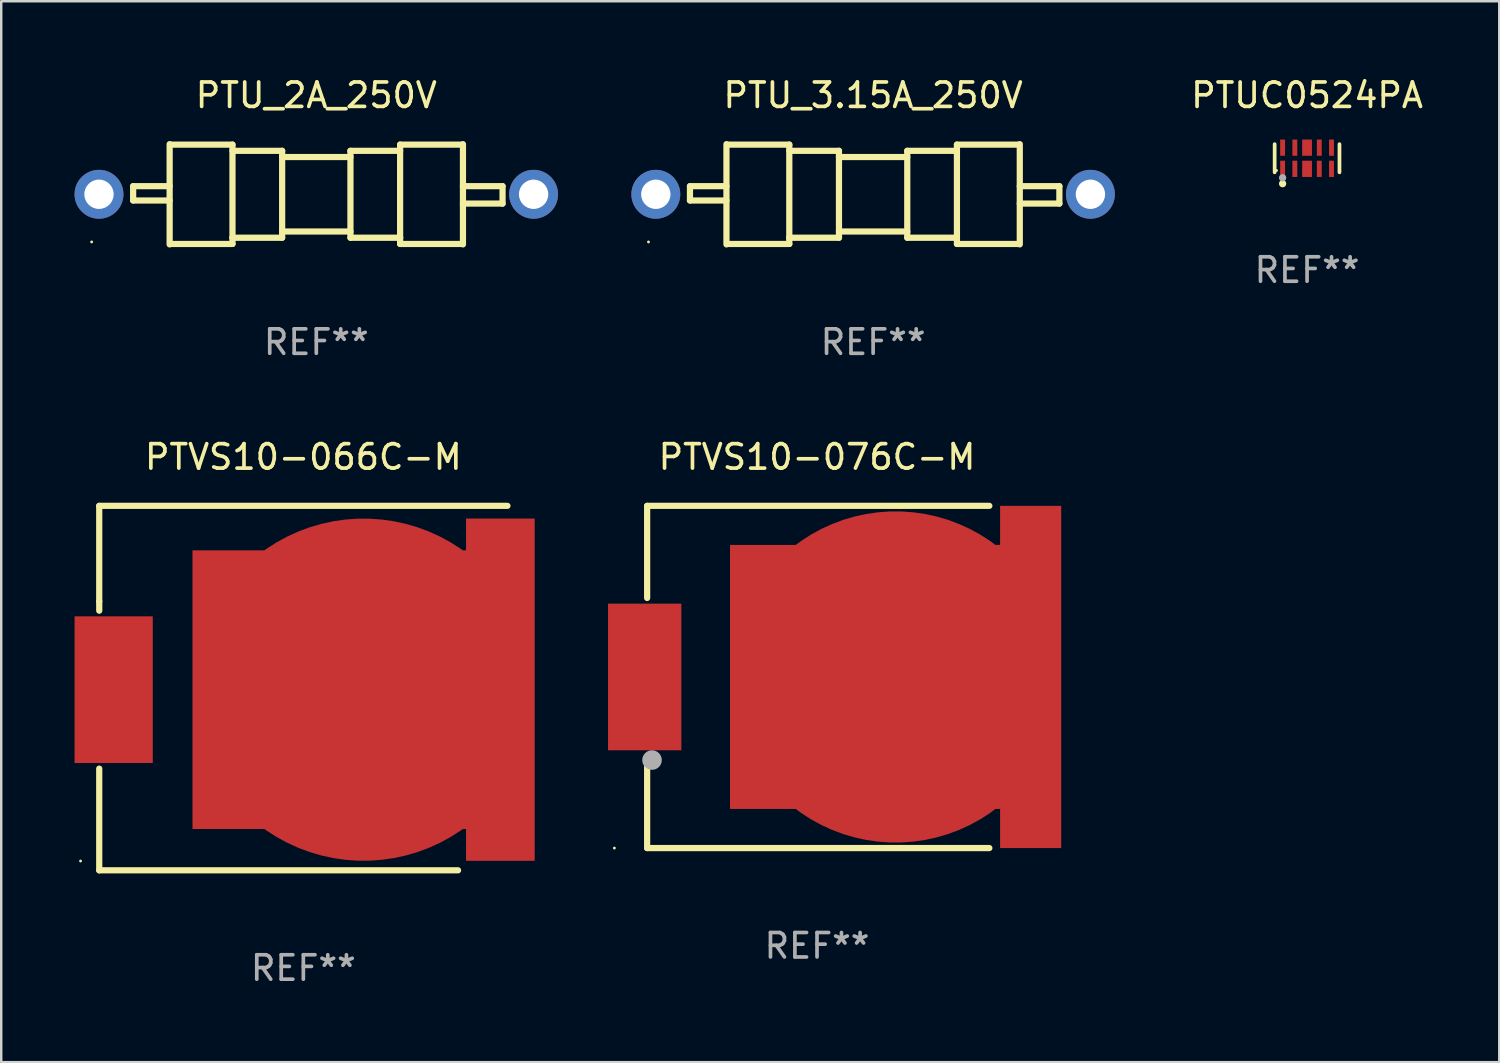
<source format=kicad_pcb>
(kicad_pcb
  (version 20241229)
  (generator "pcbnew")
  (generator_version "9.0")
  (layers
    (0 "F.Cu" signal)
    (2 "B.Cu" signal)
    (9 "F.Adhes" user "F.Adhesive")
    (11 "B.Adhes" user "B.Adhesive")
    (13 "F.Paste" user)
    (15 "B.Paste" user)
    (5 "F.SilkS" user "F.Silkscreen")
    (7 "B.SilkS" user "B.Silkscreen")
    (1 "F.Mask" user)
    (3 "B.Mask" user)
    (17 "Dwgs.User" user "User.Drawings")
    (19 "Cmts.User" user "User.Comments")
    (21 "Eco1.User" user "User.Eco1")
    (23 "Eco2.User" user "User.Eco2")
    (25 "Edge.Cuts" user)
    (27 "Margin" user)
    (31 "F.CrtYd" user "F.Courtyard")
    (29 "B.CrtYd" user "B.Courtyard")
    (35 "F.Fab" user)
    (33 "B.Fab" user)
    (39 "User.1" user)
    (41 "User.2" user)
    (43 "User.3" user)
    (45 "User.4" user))
  (footprint "PTU_3.15A_250V"
    (layer "F.Cu")
    (at 32.67 4.898)
    (property "Reference" "PTU_3.15A_250V" (at 0 -4.05 0) (layer "F.SilkS") (effects (font (size 1 1) (thickness 0.15))))
    (attr through_hole)
    (fp_line (start -7.493 -0.331) (end -7.493 0.254) (stroke (width 0.254) (type solid)) (layer "F.SilkS"))
    (fp_line (start -7.493 0.254) (end -6 0.254) (stroke (width 0.254) (type solid)) (layer "F.SilkS"))
    (fp_line (start -6 -0.331) (end -7.493 -0.331) (stroke (width 0.254) (type solid)) (layer "F.SilkS"))
    (fp_line (start -6 2.05) (end -6 -2.05) (stroke (width 0.254) (type solid)) (layer "F.SilkS"))
    (fp_line (start -5.969 -2.032) (end -3.429 -2.032) (stroke (width 0.254) (type solid)) (layer "F.SilkS"))
    (fp_line (start -3.429 -2.032) (end -3.429 2.032) (stroke (width 0.254) (type solid)) (layer "F.SilkS"))
    (fp_line (start -3.429 -1.778) (end -1.397 -1.778) (stroke (width 0.254) (type solid)) (layer "F.SilkS"))
    (fp_line (start -3.429 1.778) (end -3.429 1.778) (stroke (width 0.254) (type solid)) (layer "F.SilkS"))
    (fp_line (start -3.429 2.032) (end -5.969 2.032) (stroke (width 0.254) (type solid)) (layer "F.SilkS"))
    (fp_line (start -1.397 -1.778) (end -1.397 1.778) (stroke (width 0.254) (type solid)) (layer "F.SilkS"))
    (fp_line (start -1.397 -1.524) (end 1.397 -1.524) (stroke (width 0.254) (type solid)) (layer "F.SilkS"))
    (fp_line (start -1.397 1.524) (end 1.397 1.524) (stroke (width 0.254) (type solid)) (layer "F.SilkS"))
    (fp_line (start -1.397 1.778) (end -3.429 1.778) (stroke (width 0.254) (type solid)) (layer "F.SilkS"))
    (fp_line (start 1.397 -1.778) (end 1.397 1.778) (stroke (width 0.254) (type solid)) (layer "F.SilkS"))
    (fp_line (start 1.397 1.778) (end 3.429 1.778) (stroke (width 0.254) (type solid)) (layer "F.SilkS"))
    (fp_line (start 3.429 -2.032) (end 3.429 2.032) (stroke (width 0.254) (type solid)) (layer "F.SilkS"))
    (fp_line (start 3.429 -1.778) (end 1.397 -1.778) (stroke (width 0.254) (type solid)) (layer "F.SilkS"))
    (fp_line (start 3.429 1.778) (end 3.429 1.778) (stroke (width 0.254) (type solid)) (layer "F.SilkS"))
    (fp_line (start 3.429 2.032) (end 5.969 2.032) (stroke (width 0.254) (type solid)) (layer "F.SilkS"))
    (fp_line (start 5.969 -2.032) (end 3.429 -2.032) (stroke (width 0.254) (type solid)) (layer "F.SilkS"))
    (fp_line (start 6 -2.05) (end 6 2.05) (stroke (width 0.254) (type solid)) (layer "F.SilkS"))
    (fp_line (start 6 -0.331) (end 7.62 -0.331) (stroke (width 0.254) (type solid)) (layer "F.SilkS"))
    (fp_line (start 7.62 -0.331) (end 7.62 0.381) (stroke (width 0.254) (type solid)) (layer "F.SilkS"))
    (fp_line (start 7.62 0.381) (end 6 0.381) (stroke (width 0.254) (type solid)) (layer "F.SilkS"))
    (fp_circle (center -9.19 1.95) (end -9.16 1.95) (stroke (width 0.06) (type solid)) (fill no) (layer "F.SilkS"))
    (fp_text user "REF**" (at 0 6.05 0) (layer "F.Fab") (effects (font (size 1 1) (thickness 0.15))))
    (pad "1" thru_hole circle (at -8.89 0) (size 2 2) (drill 1.2) (layers "*.Cu" "*.Mask"))
    (pad "2" thru_hole circle (at 8.89 0) (size 2 2) (drill 1.2) (layers "*.Cu" "*.Mask")))
  (footprint "PTU_2A_250V"
    (layer "F.Cu")
    (at 9.89 4.898)
    (property "Reference" "PTU_2A_250V" (at 0 -4.05 0) (layer "F.SilkS") (effects (font (size 1 1) (thickness 0.15))))
    (attr through_hole)
    (fp_line (start -7.493 -0.331) (end -7.493 0.254) (stroke (width 0.254) (type solid)) (layer "F.SilkS"))
    (fp_line (start -7.493 0.254) (end -6 0.254) (stroke (width 0.254) (type solid)) (layer "F.SilkS"))
    (fp_line (start -6 -0.331) (end -7.493 -0.331) (stroke (width 0.254) (type solid)) (layer "F.SilkS"))
    (fp_line (start -6 2.05) (end -6 -2.05) (stroke (width 0.254) (type solid)) (layer "F.SilkS"))
    (fp_line (start -5.969 -2.032) (end -3.429 -2.032) (stroke (width 0.254) (type solid)) (layer "F.SilkS"))
    (fp_line (start -3.429 -2.032) (end -3.429 2.032) (stroke (width 0.254) (type solid)) (layer "F.SilkS"))
    (fp_line (start -3.429 -1.778) (end -1.397 -1.778) (stroke (width 0.254) (type solid)) (layer "F.SilkS"))
    (fp_line (start -3.429 1.778) (end -3.429 1.778) (stroke (width 0.254) (type solid)) (layer "F.SilkS"))
    (fp_line (start -3.429 2.032) (end -5.969 2.032) (stroke (width 0.254) (type solid)) (layer "F.SilkS"))
    (fp_line (start -1.397 -1.778) (end -1.397 1.778) (stroke (width 0.254) (type solid)) (layer "F.SilkS"))
    (fp_line (start -1.397 -1.524) (end 1.397 -1.524) (stroke (width 0.254) (type solid)) (layer "F.SilkS"))
    (fp_line (start -1.397 1.524) (end 1.397 1.524) (stroke (width 0.254) (type solid)) (layer "F.SilkS"))
    (fp_line (start -1.397 1.778) (end -3.429 1.778) (stroke (width 0.254) (type solid)) (layer "F.SilkS"))
    (fp_line (start 1.397 -1.778) (end 1.397 1.778) (stroke (width 0.254) (type solid)) (layer "F.SilkS"))
    (fp_line (start 1.397 1.778) (end 3.429 1.778) (stroke (width 0.254) (type solid)) (layer "F.SilkS"))
    (fp_line (start 3.429 -2.032) (end 3.429 2.032) (stroke (width 0.254) (type solid)) (layer "F.SilkS"))
    (fp_line (start 3.429 -1.778) (end 1.397 -1.778) (stroke (width 0.254) (type solid)) (layer "F.SilkS"))
    (fp_line (start 3.429 1.778) (end 3.429 1.778) (stroke (width 0.254) (type solid)) (layer "F.SilkS"))
    (fp_line (start 3.429 2.032) (end 5.969 2.032) (stroke (width 0.254) (type solid)) (layer "F.SilkS"))
    (fp_line (start 5.969 -2.032) (end 3.429 -2.032) (stroke (width 0.254) (type solid)) (layer "F.SilkS"))
    (fp_line (start 6 -2.05) (end 6 2.05) (stroke (width 0.254) (type solid)) (layer "F.SilkS"))
    (fp_line (start 6 -0.331) (end 7.62 -0.331) (stroke (width 0.254) (type solid)) (layer "F.SilkS"))
    (fp_line (start 7.62 -0.331) (end 7.62 0.381) (stroke (width 0.254) (type solid)) (layer "F.SilkS"))
    (fp_line (start 7.62 0.381) (end 6 0.381) (stroke (width 0.254) (type solid)) (layer "F.SilkS"))
    (fp_circle (center -9.19 1.95) (end -9.16 1.95) (stroke (width 0.06) (type solid)) (fill no) (layer "F.SilkS"))
    (fp_text user "REF**" (at 0 6.05 0) (layer "F.Fab") (effects (font (size 1 1) (thickness 0.15))))
    (pad "1" thru_hole circle (at -8.89 0) (size 2 2) (drill 1.2) (layers "*.Cu" "*.Mask"))
    (pad "2" thru_hole circle (at 8.89 0) (size 2 2) (drill 1.2) (layers "*.Cu" "*.Mask")))
  (footprint "PTVS10-066C-M"
    (layer "F.Cu")
    (at 9.36 25.1)
    (property "Reference" "PTVS10-066C-M" (at 0 -9.455 0) (layer "F.SilkS") (effects (font (size 1 1) (thickness 0.15))))
    (attr through_hole)
    (fp_line (start -8.35 -7.455) (end 8.35 -7.455) (stroke (width 0.254) (type solid)) (layer "F.SilkS"))
    (fp_line (start -8.35 -3.545) (end -8.35 -7.455) (stroke (width 0.254) (type solid)) (layer "F.SilkS"))
    (fp_line (start -8.35 -3.545) (end -8.35 -3.166) (stroke (width 0.254) (type solid)) (layer "F.SilkS"))
    (fp_line (start -8.35 3.296) (end -8.35 7.455) (stroke (width 0.254) (type solid)) (layer "F.SilkS"))
    (fp_line (start -8.35 7.455) (end 6.33 7.455) (stroke (width 0.254) (type solid)) (layer "F.SilkS"))
    (fp_circle (center -9.115 7.075) (end -9.085 7.075) (stroke (width 0.06) (type solid)) (fill no) (layer "F.SilkS"))
    (fp_text user "REF**" (at 0 11.455 0) (layer "F.Fab") (effects (font (size 1 1) (thickness 0.15))))
    (pad "1" smd rect (at -7.76 0.065) (size 3.2 6) (layers "F.Cu" "F.Mask" "F.Paste"))
    (pad "2" smd custom (at 2.465 0.065) (size 14 13.72) (layers "F.Cu" "F.Mask" "F.Paste") (options (anchor circle)) (primitives (gr_poly (pts (xy -7 -5.7) (xy 4.19 -5.7) (xy 4.19 -7) (xy 7 -7) (xy 7 7) (xy 4.19 7) (xy 4.19 5.7) (xy -7 5.7)) (width 0) (fill yes)))))
  (footprint "PTVS10-076C-M"
    (layer "F.Cu")
    (at 30.375 24.645)
    (property "Reference" "PTVS10-076C-M" (at 0 -9 0) (layer "F.SilkS") (effects (font (size 1 1) (thickness 0.15))))
    (attr through_hole)
    (fp_line (start -6.95 -7) (end 7.05 -7) (stroke (width 0.254) (type solid)) (layer "F.SilkS"))
    (fp_line (start -6.95 -3.231) (end -6.95 -7) (stroke (width 0.254) (type solid)) (layer "F.SilkS"))
    (fp_line (start -6.95 3.4) (end -6.95 7) (stroke (width 0.254) (type solid)) (layer "F.SilkS"))
    (fp_line (start -6.95 7) (end 7.05 7) (stroke (width 0.254) (type solid)) (layer "F.SilkS"))
    (fp_circle (center -8.29 7) (end -8.26 7) (stroke (width 0.06) (type solid)) (fill no) (layer "F.SilkS"))
    (fp_circle (center -6.75 3.4) (end -6.55 3.4) (stroke (width 0.4) (type solid)) (fill no) (layer "F.Fab"))
    (fp_text user "REF**" (at 0 11 0) (layer "F.Fab") (effects (font (size 1 1) (thickness 0.15))))
    (pad "1" smd rect (at -7.05 0) (size 3 6) (layers "F.Cu" "F.Mask" "F.Paste"))
    (pad "2" smd custom (at 3.215 0) (size 13.55 14) (layers "F.Cu" "F.Mask" "F.Paste") (options (anchor circle)) (primitives (gr_poly (pts (xy 4.275 -7) (xy 6.775 -7) (xy 6.775 7) (xy 4.275 7) (xy 4.275 5.4) (xy -6.775 5.4) (xy -6.775 -5.4) (xy 4.275 -5.4)) (width 0) (fill yes)))))
  (footprint "PTUC0524PA"
    (layer "F.Cu")
    (at 50.423 3.424)
    (property "Reference" "PTUC0524PA" (at 0 -2.576 0) (layer "F.SilkS") (effects (font (size 1 1) (thickness 0.15))))
    (attr through_hole)
    (fp_line (start -1.326 0.576) (end -1.326 -0.576) (stroke (width 0.152) (type solid)) (layer "F.SilkS"))
    (fp_line (start 1.326 0.576) (end 1.326 -0.576) (stroke (width 0.152) (type solid)) (layer "F.SilkS"))
    (fp_circle (center -1.25 0.5) (end -1.22 0.5) (stroke (width 0.06) (type solid)) (fill no) (layer "F.SilkS"))
    (fp_circle (center -1 1.04) (end -0.925 1.04) (stroke (width 0.15) (type solid)) (fill no) (layer "F.SilkS"))
    (fp_circle (center -1 0.8) (end -0.925 0.8) (stroke (width 0.15) (type solid)) (fill no) (layer "F.Fab"))
    (fp_text user "REF**" (at 0 4.576 0) (layer "F.Fab") (effects (font (size 1 1) (thickness 0.15))))
    (pad "1" smd rect (at -1 0.433) (size 0.2 0.665) (layers "F.Cu" "F.Mask" "F.Paste"))
    (pad "2" smd rect (at -0.5 0.433) (size 0.2 0.665) (layers "F.Cu" "F.Mask" "F.Paste"))
    (pad "3" smd rect (at 0 0.433) (size 0.4 0.665) (layers "F.Cu" "F.Mask" "F.Paste"))
    (pad "4" smd rect (at 0.5 0.433) (size 0.2 0.665) (layers "F.Cu" "F.Mask" "F.Paste"))
    (pad "5" smd rect (at 1 0.433) (size 0.2 0.665) (layers "F.Cu" "F.Mask" "F.Paste"))
    (pad "6" smd rect (at 1 -0.433) (size 0.2 0.665) (layers "F.Cu" "F.Mask" "F.Paste"))
    (pad "7" smd rect (at 0.5 -0.433) (size 0.2 0.665) (layers "F.Cu" "F.Mask" "F.Paste"))
    (pad "8" smd rect (at 0 -0.433) (size 0.4 0.665) (layers "F.Cu" "F.Mask" "F.Paste"))
    (pad "9" smd rect (at -0.5 -0.433) (size 0.2 0.665) (layers "F.Cu" "F.Mask" "F.Paste"))
    (pad "10" smd rect (at -1 -0.433) (size 0.2 0.665) (layers "F.Cu" "F.Mask" "F.Paste")))
  (gr_rect
    (start -3 -3)
    (end 58.286 40.403)
    (stroke (width 0.1) (type default))
    (fill no)
    (layer "Edge.Cuts")))
</source>
